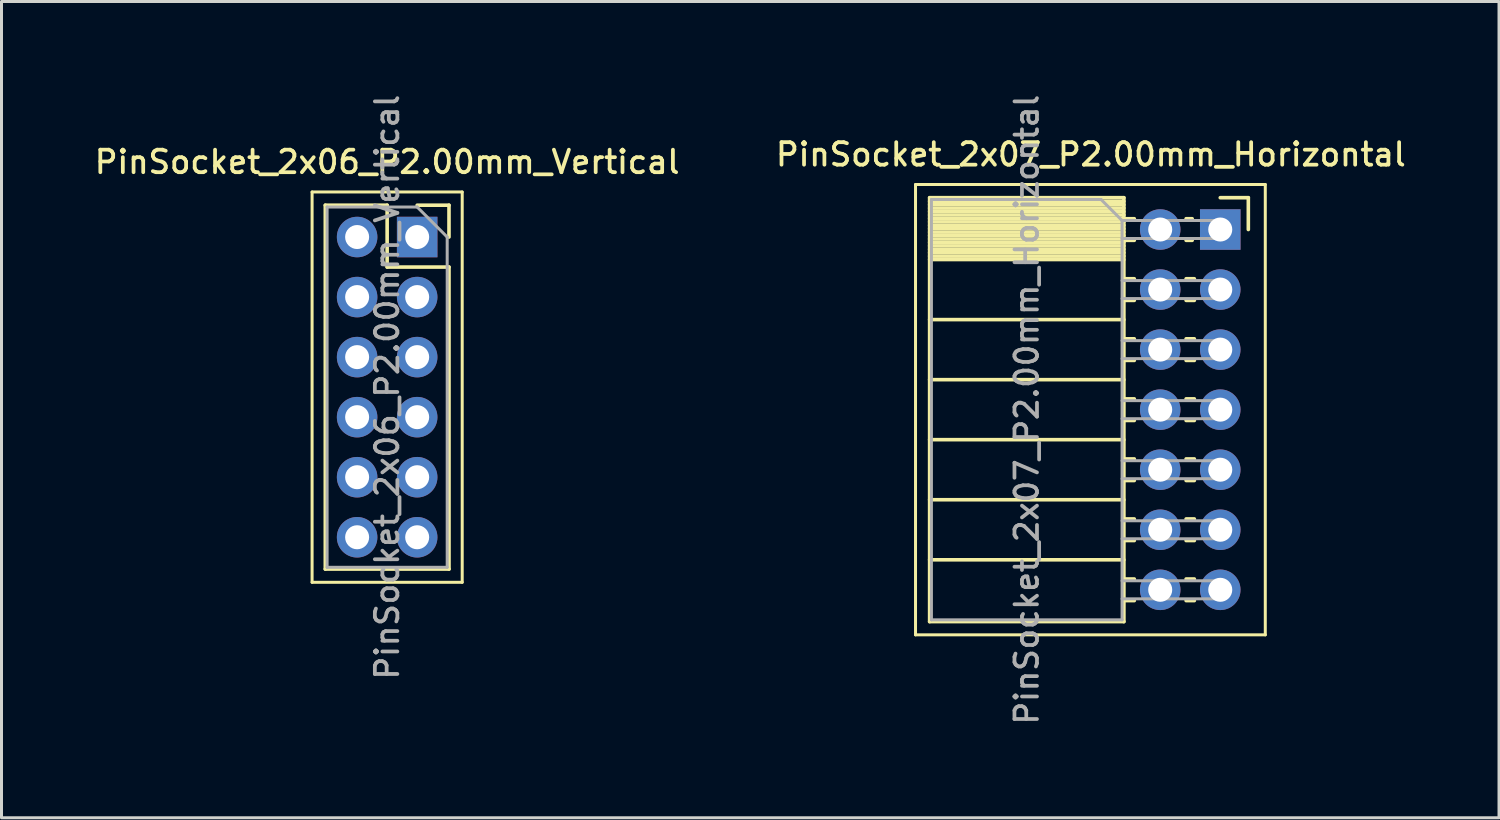
<source format=kicad_pcb>
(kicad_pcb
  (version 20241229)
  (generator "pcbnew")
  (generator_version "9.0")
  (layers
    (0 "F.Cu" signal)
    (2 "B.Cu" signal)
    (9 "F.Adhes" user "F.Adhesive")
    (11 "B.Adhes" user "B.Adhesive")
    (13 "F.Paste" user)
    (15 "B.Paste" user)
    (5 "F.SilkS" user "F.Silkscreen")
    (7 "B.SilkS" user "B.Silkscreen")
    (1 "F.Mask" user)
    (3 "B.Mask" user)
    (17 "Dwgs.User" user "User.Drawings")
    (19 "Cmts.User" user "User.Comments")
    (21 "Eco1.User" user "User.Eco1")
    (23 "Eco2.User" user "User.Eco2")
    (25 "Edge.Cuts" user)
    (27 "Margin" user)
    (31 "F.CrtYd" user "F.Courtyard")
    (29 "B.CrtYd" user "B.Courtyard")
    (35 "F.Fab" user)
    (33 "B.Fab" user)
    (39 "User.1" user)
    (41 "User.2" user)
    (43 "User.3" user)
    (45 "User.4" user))
  (footprint "PinSocket_2x07_P2.00mm_Horizontal"
    (layer "F.Cu")
    (at 37.594 4.595)
    (property "Reference" "PinSocket_2x07_P2.00mm_Horizontal" (at -4.31 -2.5 0) (layer "F.SilkS") (effects (font (size 0.75 0.75) (thickness 0.125))))
    (attr through_hole)
    (fp_line (start -10.15 -1.5) (end -10.15 13.5) (stroke (width 0.1) (type solid)) (layer "F.SilkS"))
    (fp_line (start -10.15 13.5) (end 1.5 13.5) (stroke (width 0.1) (type solid)) (layer "F.SilkS"))
    (fp_line (start -9.68 -1.06) (end -9.68 13.06) (stroke (width 0.12) (type solid)) (layer "F.SilkS"))
    (fp_line (start -9.68 -1.06) (end -3.21 -1.06) (stroke (width 0.12) (type solid)) (layer "F.SilkS"))
    (fp_line (start -9.68 -0.94) (end -3.21 -0.94) (stroke (width 0.12) (type solid)) (layer "F.SilkS"))
    (fp_line (start -9.68 -0.826) (end -3.21 -0.826) (stroke (width 0.12) (type solid)) (layer "F.SilkS"))
    (fp_line (start -9.68 -0.712) (end -3.21 -0.712) (stroke (width 0.12) (type solid)) (layer "F.SilkS"))
    (fp_line (start -9.68 -0.598) (end -3.21 -0.598) (stroke (width 0.12) (type solid)) (layer "F.SilkS"))
    (fp_line (start -9.68 -0.484) (end -3.21 -0.484) (stroke (width 0.12) (type solid)) (layer "F.SilkS"))
    (fp_line (start -9.68 -0.369) (end -3.21 -0.369) (stroke (width 0.12) (type solid)) (layer "F.SilkS"))
    (fp_line (start -9.68 -0.255) (end -3.21 -0.255) (stroke (width 0.12) (type solid)) (layer "F.SilkS"))
    (fp_line (start -9.68 -0.141) (end -3.21 -0.141) (stroke (width 0.12) (type solid)) (layer "F.SilkS"))
    (fp_line (start -9.68 -0.027) (end -3.21 -0.027) (stroke (width 0.12) (type solid)) (layer "F.SilkS"))
    (fp_line (start -9.68 0.087) (end -3.21 0.087) (stroke (width 0.12) (type solid)) (layer "F.SilkS"))
    (fp_line (start -9.68 0.201) (end -3.21 0.201) (stroke (width 0.12) (type solid)) (layer "F.SilkS"))
    (fp_line (start -9.68 0.315) (end -3.21 0.315) (stroke (width 0.12) (type solid)) (layer "F.SilkS"))
    (fp_line (start -9.68 0.429) (end -3.21 0.429) (stroke (width 0.12) (type solid)) (layer "F.SilkS"))
    (fp_line (start -9.68 0.544) (end -3.21 0.544) (stroke (width 0.12) (type solid)) (layer "F.SilkS"))
    (fp_line (start -9.68 0.658) (end -3.21 0.658) (stroke (width 0.12) (type solid)) (layer "F.SilkS"))
    (fp_line (start -9.68 0.772) (end -3.21 0.772) (stroke (width 0.12) (type solid)) (layer "F.SilkS"))
    (fp_line (start -9.68 0.886) (end -3.21 0.886) (stroke (width 0.12) (type solid)) (layer "F.SilkS"))
    (fp_line (start -9.68 1) (end -3.21 1) (stroke (width 0.12) (type solid)) (layer "F.SilkS"))
    (fp_line (start -9.68 3) (end -3.21 3) (stroke (width 0.12) (type solid)) (layer "F.SilkS"))
    (fp_line (start -9.68 5) (end -3.21 5) (stroke (width 0.12) (type solid)) (layer "F.SilkS"))
    (fp_line (start -9.68 7) (end -3.21 7) (stroke (width 0.12) (type solid)) (layer "F.SilkS"))
    (fp_line (start -9.68 9) (end -3.21 9) (stroke (width 0.12) (type solid)) (layer "F.SilkS"))
    (fp_line (start -9.68 11) (end -3.21 11) (stroke (width 0.12) (type solid)) (layer "F.SilkS"))
    (fp_line (start -9.68 13.06) (end -3.21 13.06) (stroke (width 0.12) (type solid)) (layer "F.SilkS"))
    (fp_line (start -3.21 -1.06) (end -3.21 13.06) (stroke (width 0.12) (type solid)) (layer "F.SilkS"))
    (fp_line (start -3.21 -0.36) (end -2.863 -0.36) (stroke (width 0.12) (type solid)) (layer "F.SilkS"))
    (fp_line (start -3.21 0.36) (end -2.863 0.36) (stroke (width 0.12) (type solid)) (layer "F.SilkS"))
    (fp_line (start -3.21 1.64) (end -2.863 1.64) (stroke (width 0.12) (type solid)) (layer "F.SilkS"))
    (fp_line (start -3.21 2.36) (end -2.863 2.36) (stroke (width 0.12) (type solid)) (layer "F.SilkS"))
    (fp_line (start -3.21 3.64) (end -2.863 3.64) (stroke (width 0.12) (type solid)) (layer "F.SilkS"))
    (fp_line (start -3.21 4.36) (end -2.863 4.36) (stroke (width 0.12) (type solid)) (layer "F.SilkS"))
    (fp_line (start -3.21 5.64) (end -2.863 5.64) (stroke (width 0.12) (type solid)) (layer "F.SilkS"))
    (fp_line (start -3.21 6.36) (end -2.863 6.36) (stroke (width 0.12) (type solid)) (layer "F.SilkS"))
    (fp_line (start -3.21 7.64) (end -2.863 7.64) (stroke (width 0.12) (type solid)) (layer "F.SilkS"))
    (fp_line (start -3.21 8.36) (end -2.863 8.36) (stroke (width 0.12) (type solid)) (layer "F.SilkS"))
    (fp_line (start -3.21 9.64) (end -2.863 9.64) (stroke (width 0.12) (type solid)) (layer "F.SilkS"))
    (fp_line (start -3.21 10.36) (end -2.863 10.36) (stroke (width 0.12) (type solid)) (layer "F.SilkS"))
    (fp_line (start -3.21 11.64) (end -2.863 11.64) (stroke (width 0.12) (type solid)) (layer "F.SilkS"))
    (fp_line (start -3.21 12.36) (end -2.863 12.36) (stroke (width 0.12) (type solid)) (layer "F.SilkS"))
    (fp_line (start -1.137 -0.36) (end -0.935 -0.36) (stroke (width 0.12) (type solid)) (layer "F.SilkS"))
    (fp_line (start -1.137 0.36) (end -0.935 0.36) (stroke (width 0.12) (type solid)) (layer "F.SilkS"))
    (fp_line (start -1.137 1.64) (end -0.863 1.64) (stroke (width 0.12) (type solid)) (layer "F.SilkS"))
    (fp_line (start -1.137 2.36) (end -0.863 2.36) (stroke (width 0.12) (type solid)) (layer "F.SilkS"))
    (fp_line (start -1.137 3.64) (end -0.863 3.64) (stroke (width 0.12) (type solid)) (layer "F.SilkS"))
    (fp_line (start -1.137 4.36) (end -0.863 4.36) (stroke (width 0.12) (type solid)) (layer "F.SilkS"))
    (fp_line (start -1.137 5.64) (end -0.863 5.64) (stroke (width 0.12) (type solid)) (layer "F.SilkS"))
    (fp_line (start -1.137 6.36) (end -0.863 6.36) (stroke (width 0.12) (type solid)) (layer "F.SilkS"))
    (fp_line (start -1.137 7.64) (end -0.863 7.64) (stroke (width 0.12) (type solid)) (layer "F.SilkS"))
    (fp_line (start -1.137 8.36) (end -0.863 8.36) (stroke (width 0.12) (type solid)) (layer "F.SilkS"))
    (fp_line (start -1.137 9.64) (end -0.863 9.64) (stroke (width 0.12) (type solid)) (layer "F.SilkS"))
    (fp_line (start -1.137 10.36) (end -0.863 10.36) (stroke (width 0.12) (type solid)) (layer "F.SilkS"))
    (fp_line (start -1.137 11.64) (end -0.863 11.64) (stroke (width 0.12) (type solid)) (layer "F.SilkS"))
    (fp_line (start -1.137 12.36) (end -0.863 12.36) (stroke (width 0.12) (type solid)) (layer "F.SilkS"))
    (fp_line (start 0 -1.06) (end 0.935 -1.06) (stroke (width 0.12) (type solid)) (layer "F.SilkS"))
    (fp_line (start 0.935 -1.06) (end 0.935 0) (stroke (width 0.12) (type solid)) (layer "F.SilkS"))
    (fp_line (start 1.5 -1.5) (end -10.15 -1.5) (stroke (width 0.1) (type solid)) (layer "F.SilkS"))
    (fp_line (start 1.5 13.5) (end 1.5 -1.5) (stroke (width 0.1) (type solid)) (layer "F.SilkS"))
    (fp_line (start -9.62 -1) (end -3.97 -1) (stroke (width 0.1) (type solid)) (layer "F.Fab"))
    (fp_line (start -9.62 13) (end -9.62 -1) (stroke (width 0.1) (type solid)) (layer "F.Fab"))
    (fp_line (start -3.97 -1) (end -3.27 -0.3) (stroke (width 0.1) (type solid)) (layer "F.Fab"))
    (fp_line (start -3.27 -0.3) (end -3.27 13) (stroke (width 0.1) (type solid)) (layer "F.Fab"))
    (fp_line (start -3.27 0.3) (end 0 0.3) (stroke (width 0.1) (type solid)) (layer "F.Fab"))
    (fp_line (start -3.27 2.3) (end 0 2.3) (stroke (width 0.1) (type solid)) (layer "F.Fab"))
    (fp_line (start -3.27 4.3) (end 0 4.3) (stroke (width 0.1) (type solid)) (layer "F.Fab"))
    (fp_line (start -3.27 6.3) (end 0 6.3) (stroke (width 0.1) (type solid)) (layer "F.Fab"))
    (fp_line (start -3.27 8.3) (end 0 8.3) (stroke (width 0.1) (type solid)) (layer "F.Fab"))
    (fp_line (start -3.27 10.3) (end 0 10.3) (stroke (width 0.1) (type solid)) (layer "F.Fab"))
    (fp_line (start -3.27 12.3) (end 0 12.3) (stroke (width 0.1) (type solid)) (layer "F.Fab"))
    (fp_line (start -3.27 13) (end -9.62 13) (stroke (width 0.1) (type solid)) (layer "F.Fab"))
    (fp_line (start 0 -0.3) (end -3.27 -0.3) (stroke (width 0.1) (type solid)) (layer "F.Fab"))
    (fp_line (start 0 0.3) (end 0 -0.3) (stroke (width 0.1) (type solid)) (layer "F.Fab"))
    (fp_line (start 0 1.7) (end -3.27 1.7) (stroke (width 0.1) (type solid)) (layer "F.Fab"))
    (fp_line (start 0 2.3) (end 0 1.7) (stroke (width 0.1) (type solid)) (layer "F.Fab"))
    (fp_line (start 0 3.7) (end -3.27 3.7) (stroke (width 0.1) (type solid)) (layer "F.Fab"))
    (fp_line (start 0 4.3) (end 0 3.7) (stroke (width 0.1) (type solid)) (layer "F.Fab"))
    (fp_line (start 0 5.7) (end -3.27 5.7) (stroke (width 0.1) (type solid)) (layer "F.Fab"))
    (fp_line (start 0 6.3) (end 0 5.7) (stroke (width 0.1) (type solid)) (layer "F.Fab"))
    (fp_line (start 0 7.7) (end -3.27 7.7) (stroke (width 0.1) (type solid)) (layer "F.Fab"))
    (fp_line (start 0 8.3) (end 0 7.7) (stroke (width 0.1) (type solid)) (layer "F.Fab"))
    (fp_line (start 0 9.7) (end -3.27 9.7) (stroke (width 0.1) (type solid)) (layer "F.Fab"))
    (fp_line (start 0 10.3) (end 0 9.7) (stroke (width 0.1) (type solid)) (layer "F.Fab"))
    (fp_line (start 0 11.7) (end -3.27 11.7) (stroke (width 0.1) (type solid)) (layer "F.Fab"))
    (fp_line (start 0 12.3) (end 0 11.7) (stroke (width 0.1) (type solid)) (layer "F.Fab"))
    (fp_text user "${REFERENCE}" (at -6.445 6 90) (layer "F.Fab") (effects (font (size 0.75 0.75) (thickness 0.125))))
    (pad "1" thru_hole rect (at 0 0) (size 1.35 1.35) (drill 0.8) (layers "*.Cu" "*.Mask"))
    (pad "2" thru_hole oval (at -2 0) (size 1.35 1.35) (drill 0.8) (layers "*.Cu" "*.Mask"))
    (pad "3" thru_hole oval (at 0 2) (size 1.35 1.35) (drill 0.8) (layers "*.Cu" "*.Mask"))
    (pad "4" thru_hole oval (at -2 2) (size 1.35 1.35) (drill 0.8) (layers "*.Cu" "*.Mask"))
    (pad "5" thru_hole oval (at 0 4) (size 1.35 1.35) (drill 0.8) (layers "*.Cu" "*.Mask"))
    (pad "6" thru_hole oval (at -2 4) (size 1.35 1.35) (drill 0.8) (layers "*.Cu" "*.Mask"))
    (pad "7" thru_hole oval (at 0 6) (size 1.35 1.35) (drill 0.8) (layers "*.Cu" "*.Mask"))
    (pad "8" thru_hole oval (at -2 6) (size 1.35 1.35) (drill 0.8) (layers "*.Cu" "*.Mask"))
    (pad "9" thru_hole oval (at 0 8) (size 1.35 1.35) (drill 0.8) (layers "*.Cu" "*.Mask"))
    (pad "10" thru_hole oval (at -2 8) (size 1.35 1.35) (drill 0.8) (layers "*.Cu" "*.Mask"))
    (pad "11" thru_hole oval (at 0 10) (size 1.35 1.35) (drill 0.8) (layers "*.Cu" "*.Mask"))
    (pad "12" thru_hole oval (at -2 10) (size 1.35 1.35) (drill 0.8) (layers "*.Cu" "*.Mask"))
    (pad "13" thru_hole oval (at 0 12) (size 1.35 1.35) (drill 0.8) (layers "*.Cu" "*.Mask"))
    (pad "14" thru_hole oval (at -2 12) (size 1.35 1.35) (drill 0.8) (layers "*.Cu" "*.Mask")))
  (footprint "PinSocket_2x06_P2.00mm_Vertical"
    (layer "F.Cu")
    (at 10.845 4.845)
    (property "Reference" "PinSocket_2x06_P2.00mm_Vertical" (at -1 -2.5 0) (layer "F.SilkS") (effects (font (size 0.75 0.75) (thickness 0.125))))
    (attr through_hole)
    (fp_line (start -3.5 -1.5) (end 1.5 -1.5) (stroke (width 0.1) (type solid)) (layer "F.SilkS"))
    (fp_line (start -3.5 11.5) (end -3.5 -1.5) (stroke (width 0.1) (type solid)) (layer "F.SilkS"))
    (fp_line (start -3.06 -1.06) (end -3.06 11.06) (stroke (width 0.12) (type solid)) (layer "F.SilkS"))
    (fp_line (start -3.06 -1.06) (end -1 -1.06) (stroke (width 0.12) (type solid)) (layer "F.SilkS"))
    (fp_line (start -3.06 11.06) (end 1.06 11.06) (stroke (width 0.12) (type solid)) (layer "F.SilkS"))
    (fp_line (start -1 -1.06) (end -1 1) (stroke (width 0.12) (type solid)) (layer "F.SilkS"))
    (fp_line (start -1 1) (end 1.06 1) (stroke (width 0.12) (type solid)) (layer "F.SilkS"))
    (fp_line (start 0 -1.06) (end 1.06 -1.06) (stroke (width 0.12) (type solid)) (layer "F.SilkS"))
    (fp_line (start 1.06 -1.06) (end 1.06 0) (stroke (width 0.12) (type solid)) (layer "F.SilkS"))
    (fp_line (start 1.06 1) (end 1.06 11.06) (stroke (width 0.12) (type solid)) (layer "F.SilkS"))
    (fp_line (start 1.5 -1.5) (end 1.5 11.5) (stroke (width 0.1) (type solid)) (layer "F.SilkS"))
    (fp_line (start 1.5 11.5) (end -3.5 11.5) (stroke (width 0.1) (type solid)) (layer "F.SilkS"))
    (fp_line (start -3 -1) (end 0 -1) (stroke (width 0.1) (type solid)) (layer "F.Fab"))
    (fp_line (start -3 11) (end -3 -1) (stroke (width 0.1) (type solid)) (layer "F.Fab"))
    (fp_line (start 0 -1) (end 1 0) (stroke (width 0.1) (type solid)) (layer "F.Fab"))
    (fp_line (start 1 0) (end 1 11) (stroke (width 0.1) (type solid)) (layer "F.Fab"))
    (fp_line (start 1 11) (end -3 11) (stroke (width 0.1) (type solid)) (layer "F.Fab"))
    (fp_text user "${REFERENCE}" (at -1 5 90) (layer "F.Fab") (effects (font (size 0.75 0.75) (thickness 0.125))))
    (pad "1" thru_hole rect (at 0 0) (size 1.35 1.35) (drill 0.8) (layers "*.Cu" "*.Mask"))
    (pad "2" thru_hole oval (at -2 0) (size 1.35 1.35) (drill 0.8) (layers "*.Cu" "*.Mask"))
    (pad "3" thru_hole oval (at 0 2) (size 1.35 1.35) (drill 0.8) (layers "*.Cu" "*.Mask"))
    (pad "4" thru_hole oval (at -2 2) (size 1.35 1.35) (drill 0.8) (layers "*.Cu" "*.Mask"))
    (pad "5" thru_hole oval (at 0 4) (size 1.35 1.35) (drill 0.8) (layers "*.Cu" "*.Mask"))
    (pad "6" thru_hole oval (at -2 4) (size 1.35 1.35) (drill 0.8) (layers "*.Cu" "*.Mask"))
    (pad "7" thru_hole oval (at 0 6) (size 1.35 1.35) (drill 0.8) (layers "*.Cu" "*.Mask"))
    (pad "8" thru_hole oval (at -2 6) (size 1.35 1.35) (drill 0.8) (layers "*.Cu" "*.Mask"))
    (pad "9" thru_hole oval (at 0 8) (size 1.35 1.35) (drill 0.8) (layers "*.Cu" "*.Mask"))
    (pad "10" thru_hole oval (at -2 8) (size 1.35 1.35) (drill 0.8) (layers "*.Cu" "*.Mask"))
    (pad "11" thru_hole oval (at 0 10) (size 1.35 1.35) (drill 0.8) (layers "*.Cu" "*.Mask"))
    (pad "12" thru_hole oval (at -2 10) (size 1.35 1.35) (drill 0.8) (layers "*.Cu" "*.Mask")))
  (gr_rect
    (start -3 -3)
    (end 46.879 24.189)
    (stroke (width 0.1) (type default))
    (fill no)
    (layer "Edge.Cuts")))
</source>
